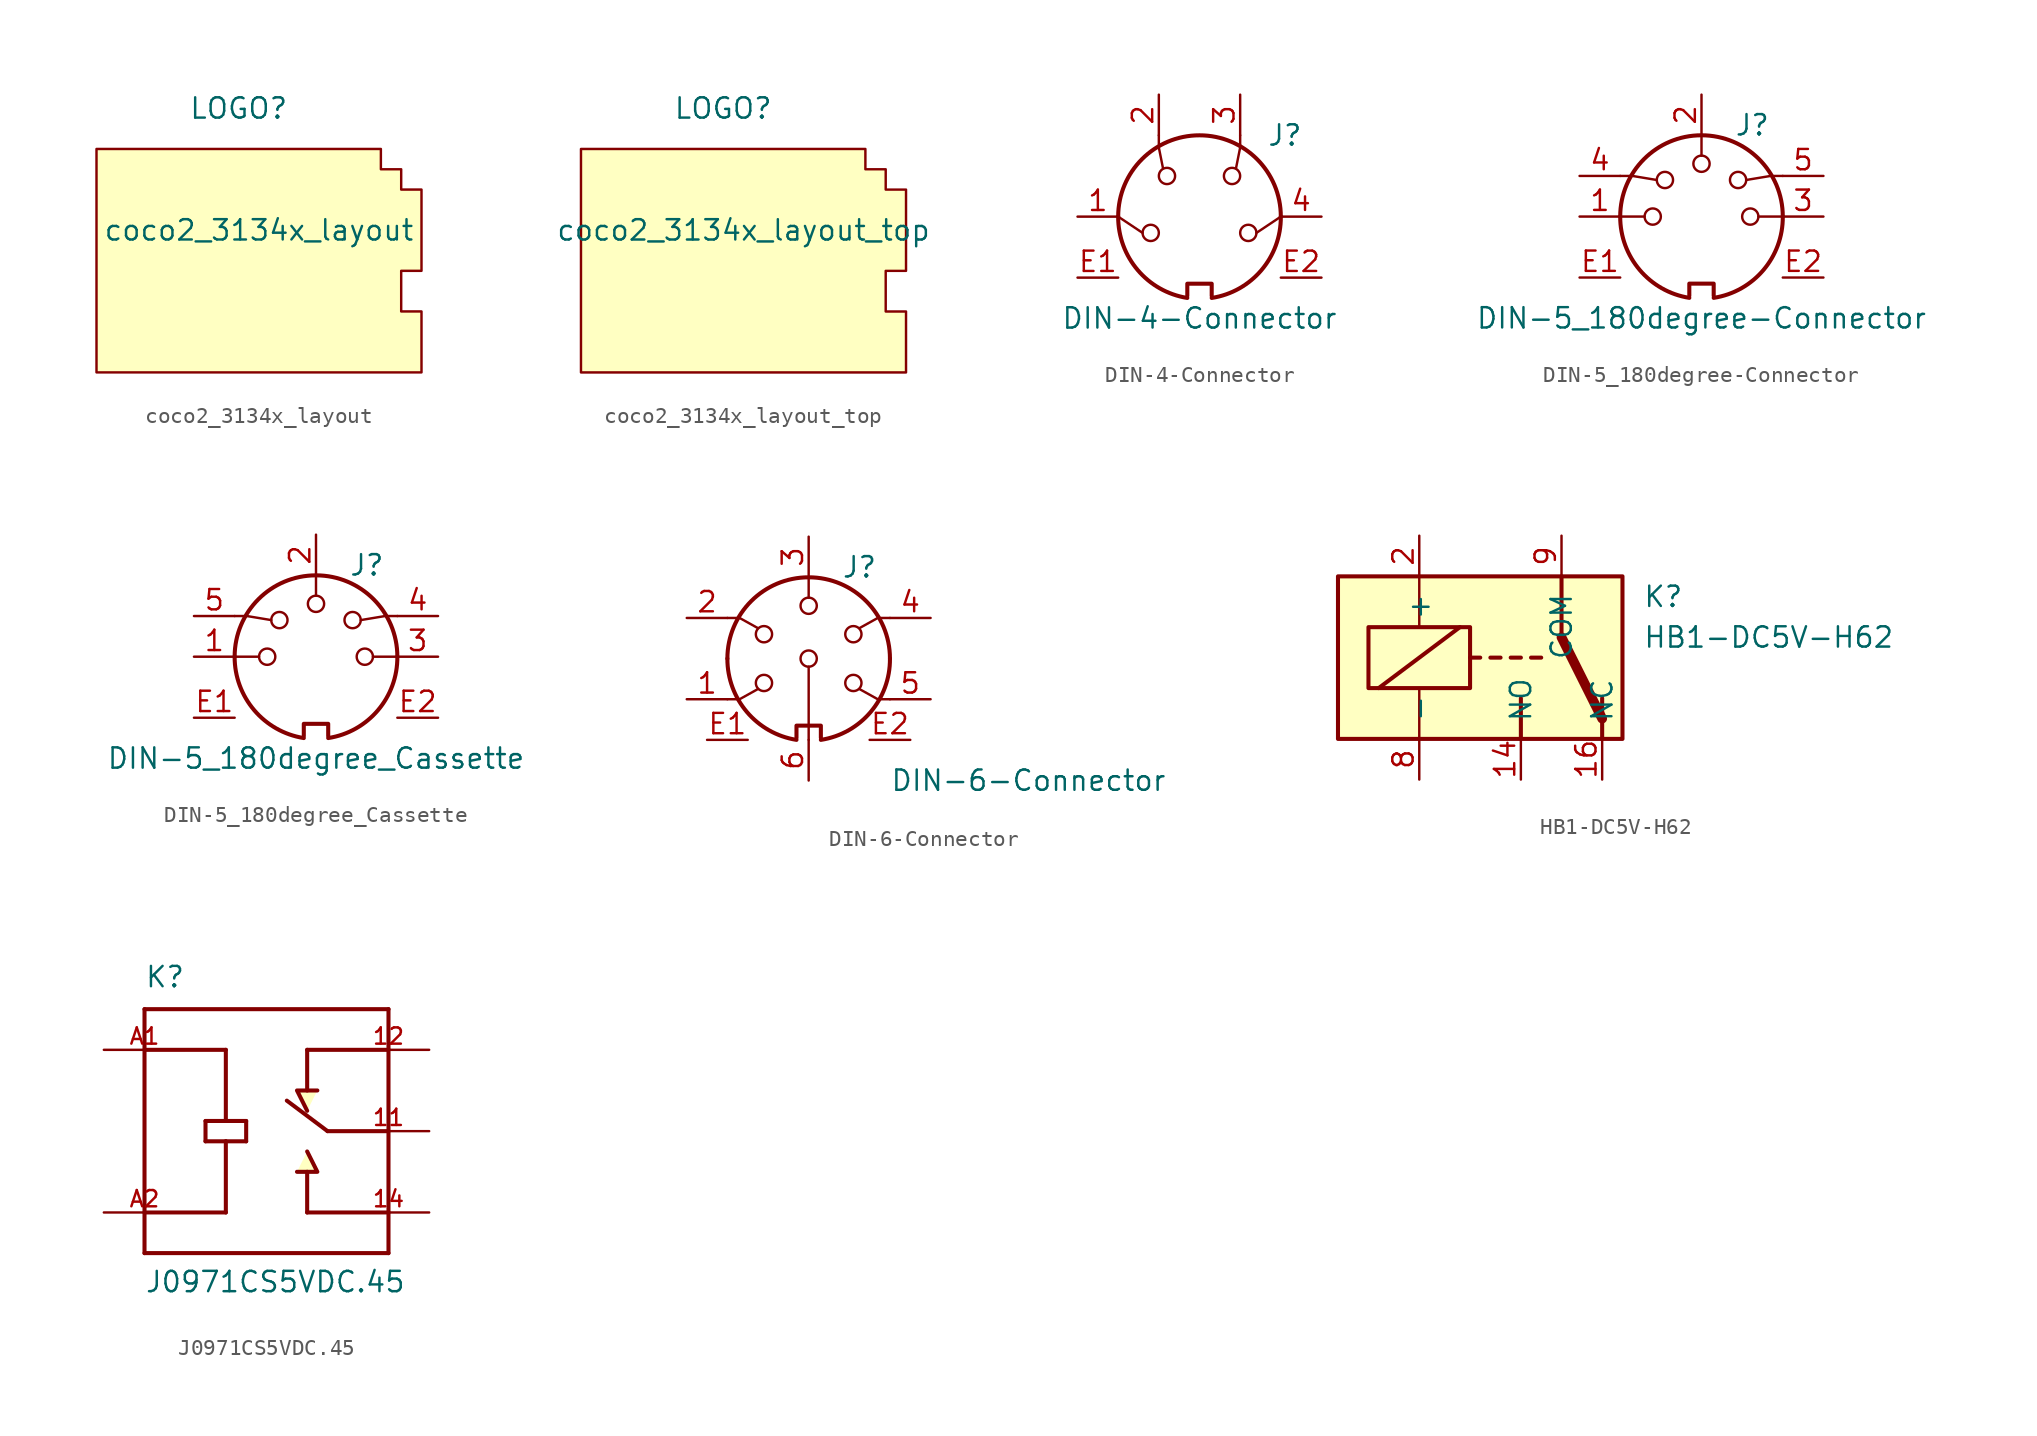
<source format=kicad_sym>
(kicad_symbol_lib
  (version 20211014)
  (generator kicad_symbol_editor)
  (symbol "coco2_3134x_layout"
    (pin_names
      (offset 1.016))
    (property "Reference" "LOGO"
      (at -3.81 -6.35 0)
      (effects (font (size 1.27 1.27))))
    (property "Value" "coco2_3134x_layout"
      (at -2.54 -13.97 0)
      (effects (font (size 1.27 1.27))))
    (symbol "coco2_3134x_layout_0_1"
      (polyline (pts (xy -10.16 -8.89) (xy 5.08 -8.89) (xy 5.08 -10.16) (xy 6.35 -10.16) (xy 6.35 -11.43) (xy 7.62 -11.43) (xy 7.62 -16.51) (xy 6.35 -16.51) (xy 6.35 -19.05) (xy 7.62 -19.05) (xy 7.62 -22.86) (xy -12.7 -22.86) (xy -12.7 -8.89) (xy -10.16 -8.89)) (stroke (width 0) (type default) (color 0 0 0 0)) (fill (type background)))))
  (symbol "coco2_3134x_layout_top"
    (pin_names
      (offset 1.016))
    (property "Reference" "LOGO"
      (at -3.81 -6.35 0)
      (effects (font (size 1.27 1.27))))
    (property "Value" "coco2_3134x_layout_top"
      (at -2.54 -13.97 0)
      (effects (font (size 1.27 1.27))))
    (symbol "coco2_3134x_layout_top_0_1"
      (polyline (pts (xy -10.16 -8.89) (xy 5.08 -8.89) (xy 5.08 -10.16) (xy 6.35 -10.16) (xy 6.35 -11.43) (xy 7.62 -11.43) (xy 7.62 -16.51) (xy 6.35 -16.51) (xy 6.35 -19.05) (xy 7.62 -19.05) (xy 7.62 -22.86) (xy -12.7 -22.86) (xy -12.7 -8.89) (xy -10.16 -8.89)) (stroke (width 0) (type default) (color 0 0 0 0)) (fill (type background)))))
  (symbol "DIN-4-Connector"
    (pin_names
      (offset 1.016))
    (property "Reference" "J"
      (at 5.334 5.08 0)
      (effects (font (size 1.27 1.27))))
    (property "Value" "DIN-4-Connector"
      (at 0 -6.35 0)
      (effects (font (size 1.27 1.27))))
    (symbol "DIN-4-Connector_0_1"
      (arc (start -5.08 0) (mid -3.8609 -3.3364) (end -0.762 -5.08) (stroke (width 0.254) (type default) (color 0 0 0 0)) (fill (type none)))
      (circle (center -3.048 -1.016) (radius 0.508) (stroke (width 0) (type default) (color 0 0 0 0)) (fill (type none)))
      (circle (center -2.032 2.54) (radius 0.508) (stroke (width 0) (type default) (color 0 0 0 0)) (fill (type none)))
      (polyline (pts (xy -3.556 -1.016) (xy -5.08 0)) (stroke (width 0) (type default) (color 0 0 0 0)) (fill (type none)))
      (polyline (pts (xy 5.08 0) (xy 3.556 -1.016)) (stroke (width 0) (type default) (color 0 0 0 0)) (fill (type none)))
      (polyline (pts (xy -2.54 5.08) (xy -2.54 4.318) (xy -2.286 3.048)) (stroke (width 0) (type default) (color 0 0 0 0)) (fill (type none)))
      (polyline (pts (xy 2.54 5.08) (xy 2.54 4.318) (xy 2.286 3.048)) (stroke (width 0) (type default) (color 0 0 0 0)) (fill (type none)))
      (polyline (pts (xy -0.762 -4.953) (xy -0.762 -4.191) (xy 0.762 -4.191) (xy 0.762 -4.953)) (stroke (width 0.254) (type default) (color 0 0 0 0)) (fill (type none)))
      (arc (start 0.762 -5.08) (mid 3.8685 -3.343) (end 5.08 0) (stroke (width 0.254) (type default) (color 0 0 0 0)) (fill (type none)))
      (circle (center 2.032 2.54) (radius 0.508) (stroke (width 0) (type default) (color 0 0 0 0)) (fill (type none)))
      (circle (center 3.048 -1.016) (radius 0.508) (stroke (width 0) (type default) (color 0 0 0 0)) (fill (type none)))
      (arc (start 5.08 0) (mid 0 5.08) (end -5.08 0) (stroke (width 0.254) (type default) (color 0 0 0 0)) (fill (type none))))
    (symbol "DIN-4-Connector_1_1"
      (pin passive line (at -7.62 0 0) (length 2.54) (name "~" (effects (font (size 1.27 1.27)))) (number "1" (effects (font (size 1.27 1.27)))))
      (pin passive line (at -2.54 7.62 270) (length 2.54) (name "~" (effects (font (size 1.27 1.27)))) (number "2" (effects (font (size 1.27 1.27)))))
      (pin passive line (at 2.54 7.62 270) (length 2.54) (name "~" (effects (font (size 1.27 1.27)))) (number "3" (effects (font (size 1.27 1.27)))))
      (pin passive line (at 7.62 0 180) (length 2.54) (name "~" (effects (font (size 1.27 1.27)))) (number "4" (effects (font (size 1.27 1.27)))))
      (pin passive line (at -7.62 -3.81 0) (length 2.54) (name "" (effects (font (size 1.27 1.27)))) (number "E1" (effects (font (size 1.27 1.27)))))
      (pin passive line (at 7.62 -3.81 180) (length 2.54) (name "" (effects (font (size 1.27 1.27)))) (number "E2" (effects (font (size 1.27 1.27)))))))
  (symbol "DIN-5_180degree-Connector"
    (pin_names
      (offset 1.016))
    (property "Reference" "J"
      (at 3.175 5.715 0)
      (effects (font (size 1.27 1.27))))
    (property "Value" "DIN-5_180degree-Connector"
      (at 0 -6.35 0)
      (effects (font (size 1.27 1.27))))
    (symbol "DIN-5_180degree-Connector_0_1"
      (arc (start -5.08 0) (mid -3.8609 -3.3364) (end -0.762 -5.08) (stroke (width 0.254) (type default) (color 0 0 0 0)) (fill (type none)))
      (circle (center -3.048 0) (radius 0.508) (stroke (width 0) (type default) (color 0 0 0 0)) (fill (type none)))
      (circle (center -2.286 2.286) (radius 0.508) (stroke (width 0) (type default) (color 0 0 0 0)) (fill (type none)))
      (polyline (pts (xy -5.08 0) (xy -3.556 0)) (stroke (width 0) (type default) (color 0 0 0 0)) (fill (type none)))
      (polyline (pts (xy 0 5.08) (xy 0 3.81)) (stroke (width 0) (type default) (color 0 0 0 0)) (fill (type none)))
      (polyline (pts (xy 5.08 0) (xy 3.556 0)) (stroke (width 0) (type default) (color 0 0 0 0)) (fill (type none)))
      (polyline (pts (xy -5.08 2.54) (xy -4.318 2.54) (xy -2.794 2.286)) (stroke (width 0) (type default) (color 0 0 0 0)) (fill (type none)))
      (polyline (pts (xy 5.08 2.54) (xy 4.318 2.54) (xy 2.794 2.286)) (stroke (width 0) (type default) (color 0 0 0 0)) (fill (type none)))
      (polyline (pts (xy -0.762 -4.953) (xy -0.762 -4.191) (xy 0.762 -4.191) (xy 0.762 -4.953)) (stroke (width 0.254) (type default) (color 0 0 0 0)) (fill (type none)))
      (circle (center 0 3.302) (radius 0.508) (stroke (width 0) (type default) (color 0 0 0 0)) (fill (type none)))
      (arc (start 0.762 -5.08) (mid 3.8685 -3.343) (end 5.08 0) (stroke (width 0.254) (type default) (color 0 0 0 0)) (fill (type none)))
      (circle (center 2.286 2.286) (radius 0.508) (stroke (width 0) (type default) (color 0 0 0 0)) (fill (type none)))
      (circle (center 3.048 0) (radius 0.508) (stroke (width 0) (type default) (color 0 0 0 0)) (fill (type none)))
      (arc (start 5.08 0) (mid 0 5.08) (end -5.08 0) (stroke (width 0.254) (type default) (color 0 0 0 0)) (fill (type none))))
    (symbol "DIN-5_180degree-Connector_1_1"
      (pin passive line (at -7.62 0 0) (length 2.54) (name "~" (effects (font (size 1.27 1.27)))) (number "1" (effects (font (size 1.27 1.27)))))
      (pin passive line (at 0 7.62 270) (length 2.54) (name "~" (effects (font (size 1.27 1.27)))) (number "2" (effects (font (size 1.27 1.27)))))
      (pin passive line (at 7.62 0 180) (length 2.54) (name "~" (effects (font (size 1.27 1.27)))) (number "3" (effects (font (size 1.27 1.27)))))
      (pin passive line (at -7.62 2.54 0) (length 2.54) (name "~" (effects (font (size 1.27 1.27)))) (number "4" (effects (font (size 1.27 1.27)))))
      (pin passive line (at 7.62 2.54 180) (length 2.54) (name "~" (effects (font (size 1.27 1.27)))) (number "5" (effects (font (size 1.27 1.27)))))
      (pin passive line (at -7.62 -3.81 0) (length 2.54) (name "" (effects (font (size 1.27 1.27)))) (number "E1" (effects (font (size 1.27 1.27)))))
      (pin passive line (at 7.62 -3.81 180) (length 2.54) (name "" (effects (font (size 1.27 1.27)))) (number "E2" (effects (font (size 1.27 1.27)))))))
  (symbol "DIN-5_180degree_Cassette"
    (pin_names
      (offset 1.016))
    (property "Reference" "J"
      (at 3.175 5.715 0)
      (effects (font (size 1.27 1.27))))
    (property "Value" "DIN-5_180degree_Cassette"
      (at 0 -6.35 0)
      (effects (font (size 1.27 1.27))))
    (symbol "DIN-5_180degree_Cassette_0_1"
      (arc (start -5.08 0) (mid -3.8609 -3.3364) (end -0.762 -5.08) (stroke (width 0.254) (type default) (color 0 0 0 0)) (fill (type none)))
      (circle (center -3.048 0) (radius 0.508) (stroke (width 0) (type default) (color 0 0 0 0)) (fill (type none)))
      (circle (center -2.286 2.286) (radius 0.508) (stroke (width 0) (type default) (color 0 0 0 0)) (fill (type none)))
      (polyline (pts (xy -5.08 0) (xy -3.556 0)) (stroke (width 0) (type default) (color 0 0 0 0)) (fill (type none)))
      (polyline (pts (xy 0 5.08) (xy 0 3.81)) (stroke (width 0) (type default) (color 0 0 0 0)) (fill (type none)))
      (polyline (pts (xy 5.08 0) (xy 3.556 0)) (stroke (width 0) (type default) (color 0 0 0 0)) (fill (type none)))
      (polyline (pts (xy -5.08 2.54) (xy -4.318 2.54) (xy -2.794 2.286)) (stroke (width 0) (type default) (color 0 0 0 0)) (fill (type none)))
      (polyline (pts (xy 5.08 2.54) (xy 4.318 2.54) (xy 2.794 2.286)) (stroke (width 0) (type default) (color 0 0 0 0)) (fill (type none)))
      (polyline (pts (xy -0.762 -4.953) (xy -0.762 -4.191) (xy 0.762 -4.191) (xy 0.762 -4.953)) (stroke (width 0.254) (type default) (color 0 0 0 0)) (fill (type none)))
      (circle (center 0 3.302) (radius 0.508) (stroke (width 0) (type default) (color 0 0 0 0)) (fill (type none)))
      (arc (start 0.762 -5.08) (mid 3.8685 -3.343) (end 5.08 0) (stroke (width 0.254) (type default) (color 0 0 0 0)) (fill (type none)))
      (circle (center 2.286 2.286) (radius 0.508) (stroke (width 0) (type default) (color 0 0 0 0)) (fill (type none)))
      (circle (center 3.048 0) (radius 0.508) (stroke (width 0) (type default) (color 0 0 0 0)) (fill (type none)))
      (arc (start 5.08 0) (mid 0 5.08) (end -5.08 0) (stroke (width 0.254) (type default) (color 0 0 0 0)) (fill (type none))))
    (symbol "DIN-5_180degree_Cassette_1_1"
      (pin passive line (at -7.62 0 0) (length 2.54) (name "~" (effects (font (size 1.27 1.27)))) (number "1" (effects (font (size 1.27 1.27)))))
      (pin passive line (at 0 7.62 270) (length 2.54) (name "~" (effects (font (size 1.27 1.27)))) (number "2" (effects (font (size 1.27 1.27)))))
      (pin passive line (at 7.62 0 180) (length 2.54) (name "~" (effects (font (size 1.27 1.27)))) (number "3" (effects (font (size 1.27 1.27)))))
      (pin passive line (at 7.62 2.54 180) (length 2.54) (name "~" (effects (font (size 1.27 1.27)))) (number "4" (effects (font (size 1.27 1.27)))))
      (pin passive line (at -7.62 2.54 0) (length 2.54) (name "~" (effects (font (size 1.27 1.27)))) (number "5" (effects (font (size 1.27 1.27)))))
      (pin passive line (at -7.62 -3.81 0) (length 2.54) (name "" (effects (font (size 1.27 1.27)))) (number "E1" (effects (font (size 1.27 1.27)))))
      (pin passive line (at 7.62 -3.81 180) (length 2.54) (name "" (effects (font (size 1.27 1.27)))) (number "E2" (effects (font (size 1.27 1.27)))))))
  (symbol "DIN-6-Connector"
    (pin_names
      (offset 1.016))
    (property "Reference" "J"
      (at 3.175 5.715 0)
      (effects (font (size 1.27 1.27))))
    (property "Value" "DIN-6-Connector"
      (at 5.08 -7.62 0)
      (effects (font (size 1.27 1.27)) (justify left)))
    (symbol "DIN-6-Connector_0_1"
      (arc (start -5.08 0) (mid -3.8609 -3.3364) (end -0.762 -5.08) (stroke (width 0.254) (type default) (color 0 0 0 0)) (fill (type none)))
      (circle (center -2.794 -1.524) (radius 0.508) (stroke (width 0) (type default) (color 0 0 0 0)) (fill (type none)))
      (circle (center -2.794 1.524) (radius 0.508) (stroke (width 0) (type default) (color 0 0 0 0)) (fill (type none)))
      (polyline (pts (xy 0 -5.08) (xy 0 -0.508)) (stroke (width 0) (type default) (color 0 0 0 0)) (fill (type none)))
      (polyline (pts (xy 0 5.08) (xy 0 3.81)) (stroke (width 0) (type default) (color 0 0 0 0)) (fill (type none)))
      (polyline (pts (xy -5.08 -2.54) (xy -4.318 -2.54) (xy -3.175 -1.905)) (stroke (width 0) (type default) (color 0 0 0 0)) (fill (type none)))
      (polyline (pts (xy -5.08 2.54) (xy -4.318 2.54) (xy -3.175 1.905)) (stroke (width 0) (type default) (color 0 0 0 0)) (fill (type none)))
      (polyline (pts (xy 5.08 -2.54) (xy 4.318 -2.54) (xy 3.175 -1.905)) (stroke (width 0) (type default) (color 0 0 0 0)) (fill (type none)))
      (polyline (pts (xy 5.08 2.54) (xy 4.318 2.54) (xy 3.175 1.905)) (stroke (width 0) (type default) (color 0 0 0 0)) (fill (type none)))
      (polyline (pts (xy -0.762 -4.953) (xy -0.762 -4.191) (xy 0.762 -4.191) (xy 0.762 -4.953)) (stroke (width 0.254) (type default) (color 0 0 0 0)) (fill (type none)))
      (circle (center 0 0) (radius 0.508) (stroke (width 0) (type default) (color 0 0 0 0)) (fill (type none)))
      (circle (center 0 3.302) (radius 0.508) (stroke (width 0) (type default) (color 0 0 0 0)) (fill (type none)))
      (arc (start 0.762 -5.08) (mid 3.8685 -3.343) (end 5.08 0) (stroke (width 0.254) (type default) (color 0 0 0 0)) (fill (type none)))
      (circle (center 2.794 -1.524) (radius 0.508) (stroke (width 0) (type default) (color 0 0 0 0)) (fill (type none)))
      (circle (center 2.794 1.524) (radius 0.508) (stroke (width 0) (type default) (color 0 0 0 0)) (fill (type none)))
      (arc (start 5.08 0) (mid 0 5.08) (end -5.08 0) (stroke (width 0.254) (type default) (color 0 0 0 0)) (fill (type none))))
    (symbol "DIN-6-Connector_1_1"
      (pin passive line (at -7.62 -2.54 0) (length 2.54) (name "~" (effects (font (size 1.27 1.27)))) (number "1" (effects (font (size 1.27 1.27)))))
      (pin passive line (at -7.62 2.54 0) (length 2.54) (name "~" (effects (font (size 1.27 1.27)))) (number "2" (effects (font (size 1.27 1.27)))))
      (pin passive line (at 0 7.62 270) (length 2.54) (name "~" (effects (font (size 1.27 1.27)))) (number "3" (effects (font (size 1.27 1.27)))))
      (pin passive line (at 7.62 2.54 180) (length 2.54) (name "~" (effects (font (size 1.27 1.27)))) (number "4" (effects (font (size 1.27 1.27)))))
      (pin passive line (at 7.62 -2.54 180) (length 2.54) (name "~" (effects (font (size 1.27 1.27)))) (number "5" (effects (font (size 1.27 1.27)))))
      (pin passive line (at 0 -7.62 90) (length 2.54) (name "~" (effects (font (size 1.27 1.27)))) (number "6" (effects (font (size 1.27 1.27)))))
      (pin passive line (at -6.35 -5.08 0) (length 2.54) (name "" (effects (font (size 1.27 1.27)))) (number "E1" (effects (font (size 1.27 1.27)))))
      (pin passive line (at 6.35 -5.08 180) (length 2.54) (name "" (effects (font (size 1.27 1.27)))) (number "E2" (effects (font (size 1.27 1.27)))))))
  (symbol "HB1-DC5V-H62"
    (pin_names
      (offset 1.016))
    (property "Reference" "K"
      (at 8.89 3.81 0)
      (effects (font (size 1.27 1.27)) (justify left)))
    (property "Value" "HB1-DC5V-H62"
      (at 8.89 1.27 0)
      (effects (font (size 1.27 1.27)) (justify left)))
    (symbol "HB1-DC5V-H62_0_1"
      (rectangle (start -10.16 5.08) (end 7.62 -5.08) (stroke (width 0.254) (type default) (color 0 0 0 0)) (fill (type background)))
      (rectangle (start -8.255 1.905) (end -1.905 -1.905) (stroke (width 0.254) (type default) (color 0 0 0 0)) (fill (type none)))
      (polyline (pts (xy -7.62 -1.905) (xy -2.54 1.905)) (stroke (width 0.254) (type default) (color 0 0 0 0)) (fill (type none)))
      (polyline (pts (xy -5.08 -5.08) (xy -5.08 -1.905)) (stroke (width 0) (type default) (color 0 0 0 0)) (fill (type none)))
      (polyline (pts (xy -5.08 5.08) (xy -5.08 1.905)) (stroke (width 0) (type default) (color 0 0 0 0)) (fill (type none)))
      (polyline (pts (xy -1.905 0) (xy -1.27 0)) (stroke (width 0.254) (type default) (color 0 0 0 0)) (fill (type none)))
      (polyline (pts (xy -0.635 0) (xy 0 0)) (stroke (width 0.254) (type default) (color 0 0 0 0)) (fill (type none)))
      (polyline (pts (xy 0.635 0) (xy 1.27 0)) (stroke (width 0.254) (type default) (color 0 0 0 0)) (fill (type none)))
      (polyline (pts (xy 1.27 -5.08) (xy 1.27 -2.54)) (stroke (width 0.254) (type default) (color 0 0 0 0)) (fill (type none)))
      (polyline (pts (xy 1.905 0) (xy 2.54 0)) (stroke (width 0.254) (type default) (color 0 0 0 0)) (fill (type none)))
      (polyline (pts (xy 6.35 -5.08) (xy 6.35 -2.54)) (stroke (width 0.254) (type default) (color 0 0 0 0)) (fill (type none)))
      (polyline (pts (xy 6.35 -3.81) (xy 3.81 1.27)) (stroke (width 0.61) (type default) (color 0 0 0 0)) (fill (type none)))
      (polyline (pts (xy 3.81 5.08) (xy 3.81 1.27) (xy 3.81 2.54)) (stroke (width 0.254) (type default) (color 0 0 0 0)) (fill (type none))))
    (symbol "HB1-DC5V-H62_1_1"
      (pin passive line (at 1.27 -7.62 90) (length 2.54) (name "NO" (effects (font (size 1.27 1.27)))) (number "14" (effects (font (size 1.27 1.27)))))
      (pin passive line (at 6.35 -7.62 90) (length 2.54) (name "NC" (effects (font (size 1.27 1.27)))) (number "16" (effects (font (size 1.27 1.27)))))
      (pin passive line (at -5.08 7.62 270) (length 2.54) (name "+" (effects (font (size 1.27 1.27)))) (number "2" (effects (font (size 1.27 1.27)))))
      (pin passive line (at -5.08 -7.62 90) (length 2.54) (name "-" (effects (font (size 1.27 1.27)))) (number "8" (effects (font (size 1.27 1.27)))))
      (pin passive line (at 3.81 7.62 270) (length 2.54) (name "COM" (effects (font (size 1.27 1.27)))) (number "9" (effects (font (size 1.27 1.27)))))))
  (symbol "J0971CS5VDC.45"
    (pin_names
      (offset 1.016) hide)
    (property "Reference" "K"
      (at -7.62 8.89 0)
      (effects (font (size 1.27 1.27)) (justify left bottom)))
    (property "Value" "J0971CS5VDC.45"
      (at -7.62 -10.16 0)
      (effects (font (size 1.27 1.27)) (justify left bottom)))
    (property "ki_locked" ""
      (at 0 0 0)
      (effects (font (size 1.27 1.27))))
    (symbol "J0971CS5VDC.45_0_0"
      (polyline (pts (xy -7.62 -7.62) (xy 7.62 -7.62)) (stroke (width 0.254) (type default) (color 0 0 0 0)) (fill (type none)))
      (polyline (pts (xy -7.62 -5.08) (xy -2.54 -5.08)) (stroke (width 0.254) (type default) (color 0 0 0 0)) (fill (type none)))
      (polyline (pts (xy -7.62 5.08) (xy -2.54 5.08)) (stroke (width 0.254) (type default) (color 0 0 0 0)) (fill (type none)))
      (polyline (pts (xy -7.62 7.62) (xy -7.62 -7.62)) (stroke (width 0.254) (type default) (color 0 0 0 0)) (fill (type none)))
      (polyline (pts (xy -3.81 -0.635) (xy -3.81 0.635)) (stroke (width 0.254) (type default) (color 0 0 0 0)) (fill (type none)))
      (polyline (pts (xy -3.81 0.635) (xy -2.54 0.635)) (stroke (width 0.254) (type default) (color 0 0 0 0)) (fill (type none)))
      (polyline (pts (xy -2.54 -0.635) (xy -3.81 -0.635)) (stroke (width 0.254) (type default) (color 0 0 0 0)) (fill (type none)))
      (polyline (pts (xy -2.54 -0.635) (xy -2.54 -5.08)) (stroke (width 0.254) (type default) (color 0 0 0 0)) (fill (type none)))
      (polyline (pts (xy -2.54 0.635) (xy -1.27 0.635)) (stroke (width 0.254) (type default) (color 0 0 0 0)) (fill (type none)))
      (polyline (pts (xy -2.54 5.08) (xy -2.54 0.635)) (stroke (width 0.254) (type default) (color 0 0 0 0)) (fill (type none)))
      (polyline (pts (xy -1.27 -0.635) (xy -2.54 -0.635)) (stroke (width 0.254) (type default) (color 0 0 0 0)) (fill (type none)))
      (polyline (pts (xy -1.27 0.635) (xy -1.27 -0.635)) (stroke (width 0.254) (type default) (color 0 0 0 0)) (fill (type none)))
      (polyline (pts (xy 2.54 -5.08) (xy 2.54 -2.54)) (stroke (width 0.254) (type default) (color 0 0 0 0)) (fill (type none)))
      (polyline (pts (xy 2.54 5.08) (xy 2.54 2.54)) (stroke (width 0.254) (type default) (color 0 0 0 0)) (fill (type none)))
      (polyline (pts (xy 2.54 5.08) (xy 7.62 5.08)) (stroke (width 0.254) (type default) (color 0 0 0 0)) (fill (type none)))
      (polyline (pts (xy 3.81 0) (xy 1.27 1.905)) (stroke (width 0.254) (type default) (color 0 0 0 0)) (fill (type none)))
      (polyline (pts (xy 7.62 -7.62) (xy 7.62 5.08)) (stroke (width 0.254) (type default) (color 0 0 0 0)) (fill (type none)))
      (polyline (pts (xy 7.62 -5.08) (xy 2.54 -5.08)) (stroke (width 0.254) (type default) (color 0 0 0 0)) (fill (type none)))
      (polyline (pts (xy 7.62 0) (xy 3.81 0)) (stroke (width 0.254) (type default) (color 0 0 0 0)) (fill (type none)))
      (polyline (pts (xy 7.62 5.08) (xy 7.62 7.62)) (stroke (width 0.254) (type default) (color 0 0 0 0)) (fill (type none)))
      (polyline (pts (xy 7.62 7.62) (xy -7.62 7.62)) (stroke (width 0.254) (type default) (color 0 0 0 0)) (fill (type none)))
      (polyline (pts (xy 1.905 -2.54) (xy 3.175 -2.54) (xy 2.54 -1.27)) (stroke (width 0.254) (type default) (color 0 0 0 0)) (fill (type background)))
      (polyline (pts (xy 3.175 2.54) (xy 1.905 2.54) (xy 2.54 1.27)) (stroke (width 0.254) (type default) (color 0 0 0 0)) (fill (type background)))
      (pin passive line (at 10.16 0 180) (length 5.08) (name "~" (effects (font (size 1.016 1.016)))) (number "11" (effects (font (size 1.016 1.016)))))
      (pin passive line (at 10.16 5.08 180) (length 5.08) (name "~" (effects (font (size 1.016 1.016)))) (number "12" (effects (font (size 1.016 1.016)))))
      (pin passive line (at 10.16 -5.08 180) (length 5.08) (name "~" (effects (font (size 1.016 1.016)))) (number "14" (effects (font (size 1.016 1.016)))))
      (pin passive line (at -10.16 5.08 0) (length 5.08) (name "~" (effects (font (size 1.016 1.016)))) (number "A1" (effects (font (size 1.016 1.016)))))
      (pin passive line (at -10.16 -5.08 0) (length 5.08) (name "~" (effects (font (size 1.016 1.016)))) (number "A2" (effects (font (size 1.016 1.016))))))))
</source>
